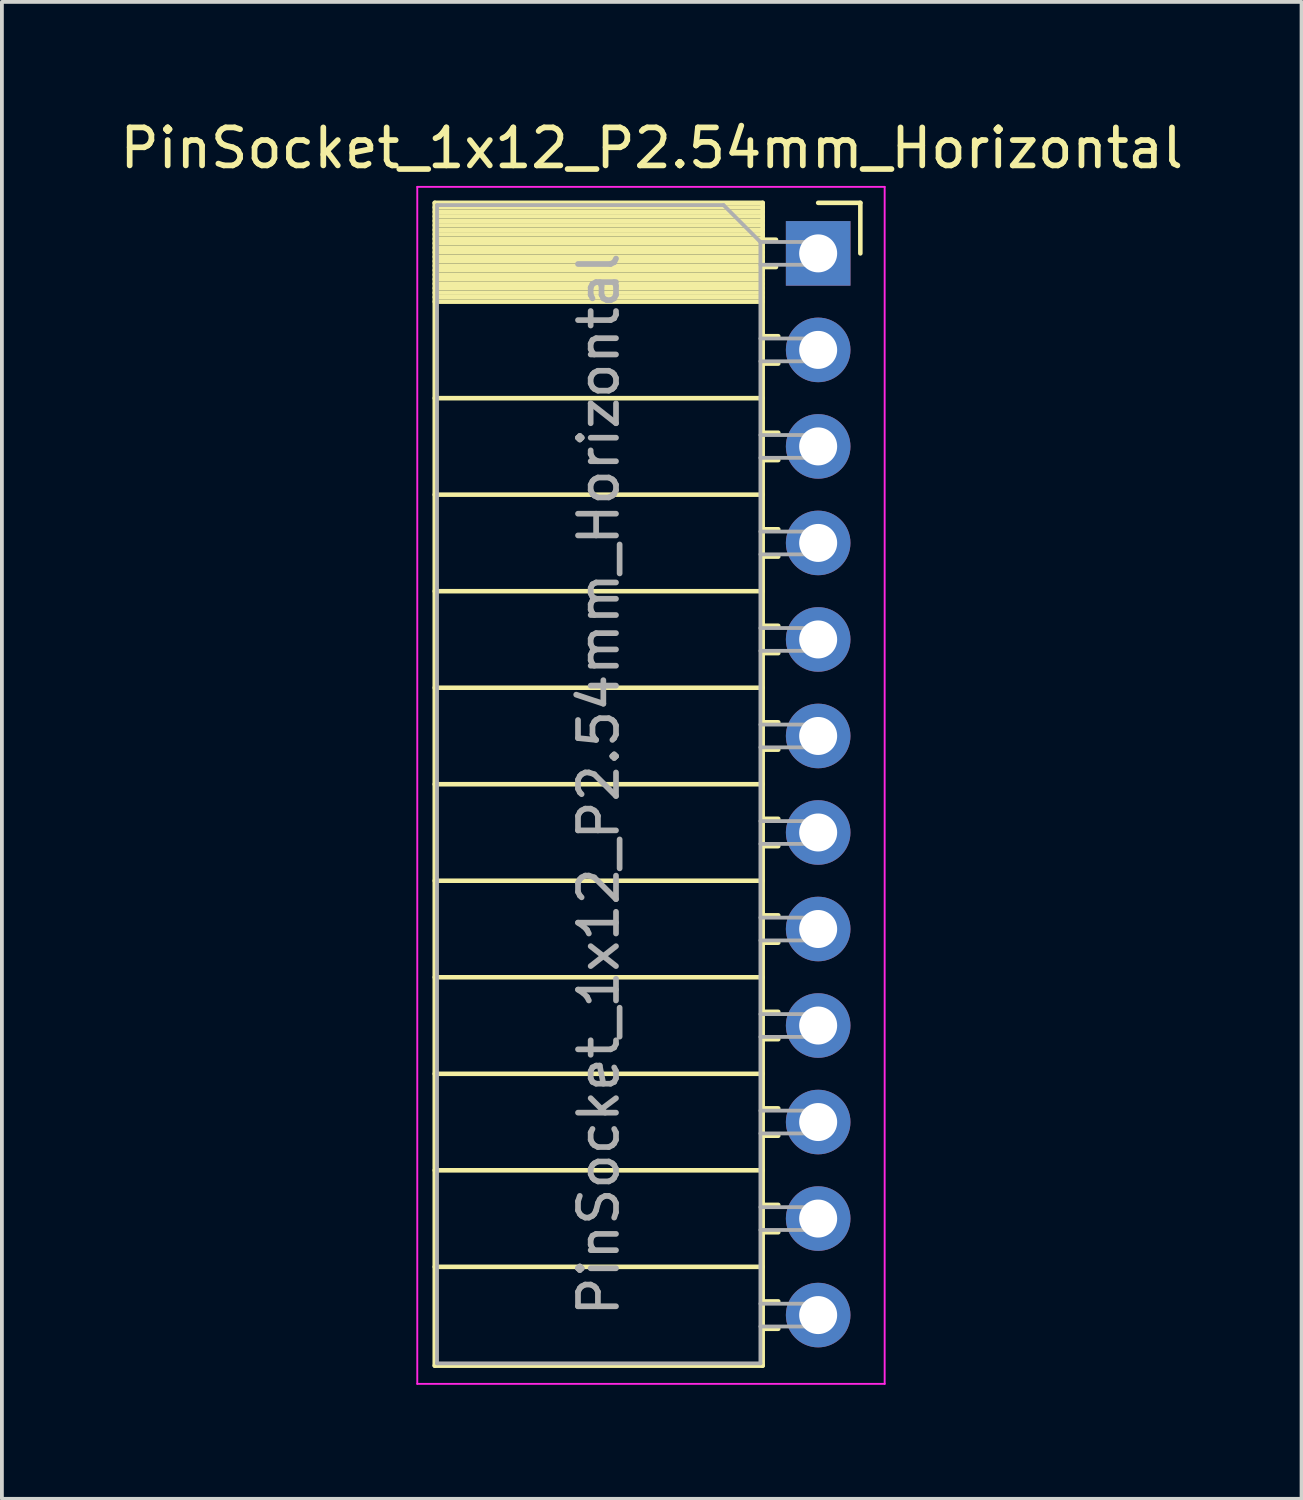
<source format=kicad_pcb>
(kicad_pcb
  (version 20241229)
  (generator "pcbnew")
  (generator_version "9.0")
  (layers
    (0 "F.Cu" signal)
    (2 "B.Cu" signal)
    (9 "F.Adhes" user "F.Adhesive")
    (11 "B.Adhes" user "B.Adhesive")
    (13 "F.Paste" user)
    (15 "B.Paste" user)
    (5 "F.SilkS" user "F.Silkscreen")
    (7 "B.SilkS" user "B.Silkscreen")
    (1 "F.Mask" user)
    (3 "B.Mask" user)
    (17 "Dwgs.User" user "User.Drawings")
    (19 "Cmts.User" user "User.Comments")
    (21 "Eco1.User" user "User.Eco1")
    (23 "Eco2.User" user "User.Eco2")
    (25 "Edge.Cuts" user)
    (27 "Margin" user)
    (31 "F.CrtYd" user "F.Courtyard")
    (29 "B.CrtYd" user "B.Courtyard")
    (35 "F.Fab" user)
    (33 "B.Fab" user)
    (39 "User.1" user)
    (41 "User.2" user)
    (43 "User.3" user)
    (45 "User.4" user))
  (footprint "PinSocket_1x12_P2.54mm_Horizontal"
    (layer "F.Cu")
    (at 18.481 3.618)
    (property "Reference" "PinSocket_1x12_P2.54mm_Horizontal" (at -4.38 -2.77 180) (layer "F.SilkS") (effects (font (size 1 1) (thickness 0.15))))
    (attr through_hole)
    (fp_line (start -10.09 -1.33) (end -10.09 29.27) (stroke (width 0.12) (type solid)) (layer "F.SilkS"))
    (fp_line (start -10.09 -1.33) (end -1.46 -1.33) (stroke (width 0.12) (type solid)) (layer "F.SilkS"))
    (fp_line (start -10.09 -1.21) (end -1.46 -1.21) (stroke (width 0.12) (type solid)) (layer "F.SilkS"))
    (fp_line (start -10.09 -1.092) (end -1.46 -1.092) (stroke (width 0.12) (type solid)) (layer "F.SilkS"))
    (fp_line (start -10.09 -0.974) (end -1.46 -0.974) (stroke (width 0.12) (type solid)) (layer "F.SilkS"))
    (fp_line (start -10.09 -0.856) (end -1.46 -0.856) (stroke (width 0.12) (type solid)) (layer "F.SilkS"))
    (fp_line (start -10.09 -0.738) (end -1.46 -0.738) (stroke (width 0.12) (type solid)) (layer "F.SilkS"))
    (fp_line (start -10.09 -0.62) (end -1.46 -0.62) (stroke (width 0.12) (type solid)) (layer "F.SilkS"))
    (fp_line (start -10.09 -0.501) (end -1.46 -0.501) (stroke (width 0.12) (type solid)) (layer "F.SilkS"))
    (fp_line (start -10.09 -0.383) (end -1.46 -0.383) (stroke (width 0.12) (type solid)) (layer "F.SilkS"))
    (fp_line (start -10.09 -0.265) (end -1.46 -0.265) (stroke (width 0.12) (type solid)) (layer "F.SilkS"))
    (fp_line (start -10.09 -0.147) (end -1.46 -0.147) (stroke (width 0.12) (type solid)) (layer "F.SilkS"))
    (fp_line (start -10.09 -0.029) (end -1.46 -0.029) (stroke (width 0.12) (type solid)) (layer "F.SilkS"))
    (fp_line (start -10.09 0.089) (end -1.46 0.089) (stroke (width 0.12) (type solid)) (layer "F.SilkS"))
    (fp_line (start -10.09 0.207) (end -1.46 0.207) (stroke (width 0.12) (type solid)) (layer "F.SilkS"))
    (fp_line (start -10.09 0.325) (end -1.46 0.325) (stroke (width 0.12) (type solid)) (layer "F.SilkS"))
    (fp_line (start -10.09 0.443) (end -1.46 0.443) (stroke (width 0.12) (type solid)) (layer "F.SilkS"))
    (fp_line (start -10.09 0.561) (end -1.46 0.561) (stroke (width 0.12) (type solid)) (layer "F.SilkS"))
    (fp_line (start -10.09 0.68) (end -1.46 0.68) (stroke (width 0.12) (type solid)) (layer "F.SilkS"))
    (fp_line (start -10.09 0.798) (end -1.46 0.798) (stroke (width 0.12) (type solid)) (layer "F.SilkS"))
    (fp_line (start -10.09 0.916) (end -1.46 0.916) (stroke (width 0.12) (type solid)) (layer "F.SilkS"))
    (fp_line (start -10.09 1.034) (end -1.46 1.034) (stroke (width 0.12) (type solid)) (layer "F.SilkS"))
    (fp_line (start -10.09 1.152) (end -1.46 1.152) (stroke (width 0.12) (type solid)) (layer "F.SilkS"))
    (fp_line (start -10.09 1.27) (end -1.46 1.27) (stroke (width 0.12) (type solid)) (layer "F.SilkS"))
    (fp_line (start -10.09 3.81) (end -1.46 3.81) (stroke (width 0.12) (type solid)) (layer "F.SilkS"))
    (fp_line (start -10.09 6.35) (end -1.46 6.35) (stroke (width 0.12) (type solid)) (layer "F.SilkS"))
    (fp_line (start -10.09 8.89) (end -1.46 8.89) (stroke (width 0.12) (type solid)) (layer "F.SilkS"))
    (fp_line (start -10.09 11.43) (end -1.46 11.43) (stroke (width 0.12) (type solid)) (layer "F.SilkS"))
    (fp_line (start -10.09 13.97) (end -1.46 13.97) (stroke (width 0.12) (type solid)) (layer "F.SilkS"))
    (fp_line (start -10.09 16.51) (end -1.46 16.51) (stroke (width 0.12) (type solid)) (layer "F.SilkS"))
    (fp_line (start -10.09 19.05) (end -1.46 19.05) (stroke (width 0.12) (type solid)) (layer "F.SilkS"))
    (fp_line (start -10.09 21.59) (end -1.46 21.59) (stroke (width 0.12) (type solid)) (layer "F.SilkS"))
    (fp_line (start -10.09 24.13) (end -1.46 24.13) (stroke (width 0.12) (type solid)) (layer "F.SilkS"))
    (fp_line (start -10.09 26.67) (end -1.46 26.67) (stroke (width 0.12) (type solid)) (layer "F.SilkS"))
    (fp_line (start -10.09 29.27) (end -1.46 29.27) (stroke (width 0.12) (type solid)) (layer "F.SilkS"))
    (fp_line (start -1.46 -1.33) (end -1.46 29.27) (stroke (width 0.12) (type solid)) (layer "F.SilkS"))
    (fp_line (start -1.46 -0.36) (end -1.11 -0.36) (stroke (width 0.12) (type solid)) (layer "F.SilkS"))
    (fp_line (start -1.46 0.36) (end -1.11 0.36) (stroke (width 0.12) (type solid)) (layer "F.SilkS"))
    (fp_line (start -1.46 2.18) (end -1.05 2.18) (stroke (width 0.12) (type solid)) (layer "F.SilkS"))
    (fp_line (start -1.46 2.9) (end -1.05 2.9) (stroke (width 0.12) (type solid)) (layer "F.SilkS"))
    (fp_line (start -1.46 4.72) (end -1.05 4.72) (stroke (width 0.12) (type solid)) (layer "F.SilkS"))
    (fp_line (start -1.46 5.44) (end -1.05 5.44) (stroke (width 0.12) (type solid)) (layer "F.SilkS"))
    (fp_line (start -1.46 7.26) (end -1.05 7.26) (stroke (width 0.12) (type solid)) (layer "F.SilkS"))
    (fp_line (start -1.46 7.98) (end -1.05 7.98) (stroke (width 0.12) (type solid)) (layer "F.SilkS"))
    (fp_line (start -1.46 9.8) (end -1.05 9.8) (stroke (width 0.12) (type solid)) (layer "F.SilkS"))
    (fp_line (start -1.46 10.52) (end -1.05 10.52) (stroke (width 0.12) (type solid)) (layer "F.SilkS"))
    (fp_line (start -1.46 12.34) (end -1.05 12.34) (stroke (width 0.12) (type solid)) (layer "F.SilkS"))
    (fp_line (start -1.46 13.06) (end -1.05 13.06) (stroke (width 0.12) (type solid)) (layer "F.SilkS"))
    (fp_line (start -1.46 14.88) (end -1.05 14.88) (stroke (width 0.12) (type solid)) (layer "F.SilkS"))
    (fp_line (start -1.46 15.6) (end -1.05 15.6) (stroke (width 0.12) (type solid)) (layer "F.SilkS"))
    (fp_line (start -1.46 17.42) (end -1.05 17.42) (stroke (width 0.12) (type solid)) (layer "F.SilkS"))
    (fp_line (start -1.46 18.14) (end -1.05 18.14) (stroke (width 0.12) (type solid)) (layer "F.SilkS"))
    (fp_line (start -1.46 19.96) (end -1.05 19.96) (stroke (width 0.12) (type solid)) (layer "F.SilkS"))
    (fp_line (start -1.46 20.68) (end -1.05 20.68) (stroke (width 0.12) (type solid)) (layer "F.SilkS"))
    (fp_line (start -1.46 22.5) (end -1.05 22.5) (stroke (width 0.12) (type solid)) (layer "F.SilkS"))
    (fp_line (start -1.46 23.22) (end -1.05 23.22) (stroke (width 0.12) (type solid)) (layer "F.SilkS"))
    (fp_line (start -1.46 25.04) (end -1.05 25.04) (stroke (width 0.12) (type solid)) (layer "F.SilkS"))
    (fp_line (start -1.46 25.76) (end -1.05 25.76) (stroke (width 0.12) (type solid)) (layer "F.SilkS"))
    (fp_line (start -1.46 27.58) (end -1.05 27.58) (stroke (width 0.12) (type solid)) (layer "F.SilkS"))
    (fp_line (start -1.46 28.3) (end -1.05 28.3) (stroke (width 0.12) (type solid)) (layer "F.SilkS"))
    (fp_line (start 0 -1.33) (end 1.11 -1.33) (stroke (width 0.12) (type solid)) (layer "F.SilkS"))
    (fp_line (start 1.11 -1.33) (end 1.11 0) (stroke (width 0.12) (type solid)) (layer "F.SilkS"))
    (fp_line (start -10.55 -1.75) (end -10.55 29.75) (stroke (width 0.05) (type solid)) (layer "F.CrtYd"))
    (fp_line (start -10.55 29.75) (end 1.75 29.75) (stroke (width 0.05) (type solid)) (layer "F.CrtYd"))
    (fp_line (start 1.75 -1.75) (end -10.55 -1.75) (stroke (width 0.05) (type solid)) (layer "F.CrtYd"))
    (fp_line (start 1.75 29.75) (end 1.75 -1.75) (stroke (width 0.05) (type solid)) (layer "F.CrtYd"))
    (fp_line (start -10.03 -1.27) (end -2.49 -1.27) (stroke (width 0.1) (type solid)) (layer "F.Fab"))
    (fp_line (start -10.03 29.21) (end -10.03 -1.27) (stroke (width 0.1) (type solid)) (layer "F.Fab"))
    (fp_line (start -2.49 -1.27) (end -1.52 -0.3) (stroke (width 0.1) (type solid)) (layer "F.Fab"))
    (fp_line (start -1.52 -0.3) (end -1.52 29.21) (stroke (width 0.1) (type solid)) (layer "F.Fab"))
    (fp_line (start -1.52 0.3) (end 0 0.3) (stroke (width 0.1) (type solid)) (layer "F.Fab"))
    (fp_line (start -1.52 2.84) (end 0 2.84) (stroke (width 0.1) (type solid)) (layer "F.Fab"))
    (fp_line (start -1.52 5.38) (end 0 5.38) (stroke (width 0.1) (type solid)) (layer "F.Fab"))
    (fp_line (start -1.52 7.92) (end 0 7.92) (stroke (width 0.1) (type solid)) (layer "F.Fab"))
    (fp_line (start -1.52 10.46) (end 0 10.46) (stroke (width 0.1) (type solid)) (layer "F.Fab"))
    (fp_line (start -1.52 13) (end 0 13) (stroke (width 0.1) (type solid)) (layer "F.Fab"))
    (fp_line (start -1.52 15.54) (end 0 15.54) (stroke (width 0.1) (type solid)) (layer "F.Fab"))
    (fp_line (start -1.52 18.08) (end 0 18.08) (stroke (width 0.1) (type solid)) (layer "F.Fab"))
    (fp_line (start -1.52 20.62) (end 0 20.62) (stroke (width 0.1) (type solid)) (layer "F.Fab"))
    (fp_line (start -1.52 23.16) (end 0 23.16) (stroke (width 0.1) (type solid)) (layer "F.Fab"))
    (fp_line (start -1.52 25.7) (end 0 25.7) (stroke (width 0.1) (type solid)) (layer "F.Fab"))
    (fp_line (start -1.52 28.24) (end 0 28.24) (stroke (width 0.1) (type solid)) (layer "F.Fab"))
    (fp_line (start -1.52 29.21) (end -10.03 29.21) (stroke (width 0.1) (type solid)) (layer "F.Fab"))
    (fp_line (start 0 -0.3) (end -1.52 -0.3) (stroke (width 0.1) (type solid)) (layer "F.Fab"))
    (fp_line (start 0 0.3) (end 0 -0.3) (stroke (width 0.1) (type solid)) (layer "F.Fab"))
    (fp_line (start 0 2.24) (end -1.52 2.24) (stroke (width 0.1) (type solid)) (layer "F.Fab"))
    (fp_line (start 0 2.84) (end 0 2.24) (stroke (width 0.1) (type solid)) (layer "F.Fab"))
    (fp_line (start 0 4.78) (end -1.52 4.78) (stroke (width 0.1) (type solid)) (layer "F.Fab"))
    (fp_line (start 0 5.38) (end 0 4.78) (stroke (width 0.1) (type solid)) (layer "F.Fab"))
    (fp_line (start 0 7.32) (end -1.52 7.32) (stroke (width 0.1) (type solid)) (layer "F.Fab"))
    (fp_line (start 0 7.92) (end 0 7.32) (stroke (width 0.1) (type solid)) (layer "F.Fab"))
    (fp_line (start 0 9.86) (end -1.52 9.86) (stroke (width 0.1) (type solid)) (layer "F.Fab"))
    (fp_line (start 0 10.46) (end 0 9.86) (stroke (width 0.1) (type solid)) (layer "F.Fab"))
    (fp_line (start 0 12.4) (end -1.52 12.4) (stroke (width 0.1) (type solid)) (layer "F.Fab"))
    (fp_line (start 0 13) (end 0 12.4) (stroke (width 0.1) (type solid)) (layer "F.Fab"))
    (fp_line (start 0 14.94) (end -1.52 14.94) (stroke (width 0.1) (type solid)) (layer "F.Fab"))
    (fp_line (start 0 15.54) (end 0 14.94) (stroke (width 0.1) (type solid)) (layer "F.Fab"))
    (fp_line (start 0 17.48) (end -1.52 17.48) (stroke (width 0.1) (type solid)) (layer "F.Fab"))
    (fp_line (start 0 18.08) (end 0 17.48) (stroke (width 0.1) (type solid)) (layer "F.Fab"))
    (fp_line (start 0 20.02) (end -1.52 20.02) (stroke (width 0.1) (type solid)) (layer "F.Fab"))
    (fp_line (start 0 20.62) (end 0 20.02) (stroke (width 0.1) (type solid)) (layer "F.Fab"))
    (fp_line (start 0 22.56) (end -1.52 22.56) (stroke (width 0.1) (type solid)) (layer "F.Fab"))
    (fp_line (start 0 23.16) (end 0 22.56) (stroke (width 0.1) (type solid)) (layer "F.Fab"))
    (fp_line (start 0 25.1) (end -1.52 25.1) (stroke (width 0.1) (type solid)) (layer "F.Fab"))
    (fp_line (start 0 25.7) (end 0 25.1) (stroke (width 0.1) (type solid)) (layer "F.Fab"))
    (fp_line (start 0 27.64) (end -1.52 27.64) (stroke (width 0.1) (type solid)) (layer "F.Fab"))
    (fp_line (start 0 28.24) (end 0 27.64) (stroke (width 0.1) (type solid)) (layer "F.Fab"))
    (fp_text user "${REFERENCE}" (at -5.775 13.97 90) (layer "F.Fab") (effects (font (size 1 1) (thickness 0.15))))
    (pad "1" thru_hole rect (at 0 0) (size 1.7 1.7) (drill 1) (layers "*.Cu" "*.Mask"))
    (pad "2" thru_hole oval (at 0 2.54) (size 1.7 1.7) (drill 1) (layers "*.Cu" "*.Mask"))
    (pad "3" thru_hole oval (at 0 5.08) (size 1.7 1.7) (drill 1) (layers "*.Cu" "*.Mask"))
    (pad "4" thru_hole oval (at 0 7.62) (size 1.7 1.7) (drill 1) (layers "*.Cu" "*.Mask"))
    (pad "5" thru_hole oval (at 0 10.16) (size 1.7 1.7) (drill 1) (layers "*.Cu" "*.Mask"))
    (pad "6" thru_hole oval (at 0 12.7) (size 1.7 1.7) (drill 1) (layers "*.Cu" "*.Mask"))
    (pad "7" thru_hole oval (at 0 15.24) (size 1.7 1.7) (drill 1) (layers "*.Cu" "*.Mask"))
    (pad "8" thru_hole oval (at 0 17.78) (size 1.7 1.7) (drill 1) (layers "*.Cu" "*.Mask"))
    (pad "9" thru_hole oval (at 0 20.32) (size 1.7 1.7) (drill 1) (layers "*.Cu" "*.Mask"))
    (pad "10" thru_hole oval (at 0 22.86) (size 1.7 1.7) (drill 1) (layers "*.Cu" "*.Mask"))
    (pad "11" thru_hole oval (at 0 25.4) (size 1.7 1.7) (drill 1) (layers "*.Cu" "*.Mask"))
    (pad "12" thru_hole oval (at 0 27.94) (size 1.7 1.7) (drill 1) (layers "*.Cu" "*.Mask")))
  (gr_rect
    (start -3 -3)
    (end 31.202 36.393)
    (stroke (width 0.1) (type default))
    (fill no)
    (layer "Edge.Cuts")))
</source>
